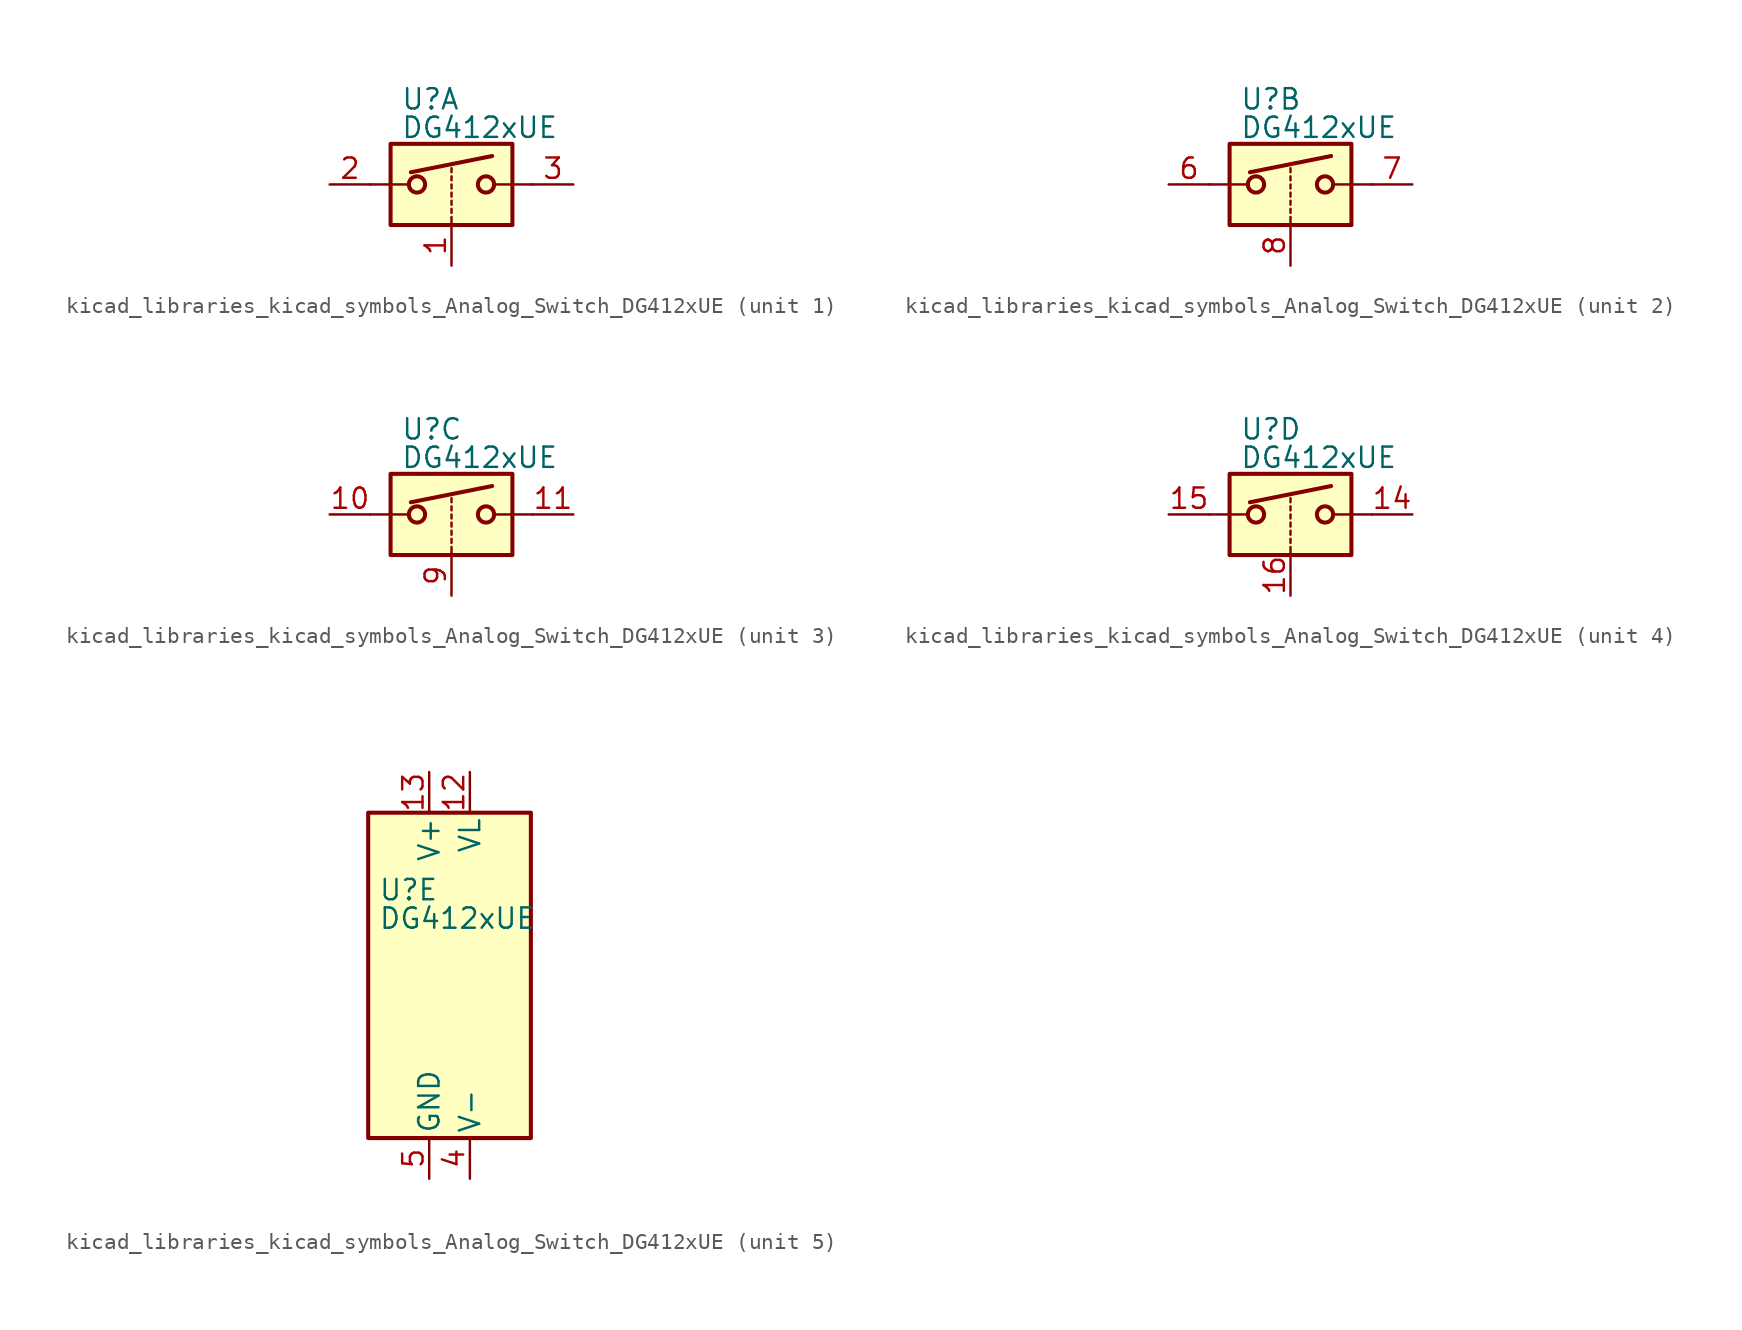
<source format=kicad_sym>
(kicad_symbol_lib
  (version 20220914)
  (generator kicad_symbol_editor)
  (symbol "kicad_libraries_kicad_symbols_Analog_Switch_DG412xUE"
    (pin_names
      (offset 0.254))
    (property "Reference" "U"
      (at -3.175 5.334 0)
      (effects (font (size 1.27 1.27)) (justify left)))
    (property "Value" "DG412xUE"
      (at -3.175 3.556 0)
      (effects (font (size 1.27 1.27)) (justify left)))
    (symbol "kicad_libraries_kicad_symbols_Analog_Switch_DG412xUE_1_1"
      (rectangle (start -3.81 2.54) (end 3.81 -2.54) (stroke (width 0.254) (type default)) (fill (type background)))
      (circle (center -2.159 0) (radius 0.508) (stroke (width 0.254) (type default)) (fill (type none)))
      (polyline (pts (xy -5.08 0) (xy -2.794 0)) (stroke (width 0) (type default)) (fill (type none)))
      (polyline (pts (xy -2.54 0.762) (xy 2.54 1.778)) (stroke (width 0.254) (type default)) (fill (type none)))
      (polyline (pts (xy 0 -2.54) (xy 0 -2.032)) (stroke (width 0) (type default)) (fill (type none)))
      (polyline (pts (xy 0 -1.778) (xy 0 -1.524)) (stroke (width 0) (type default)) (fill (type none)))
      (polyline (pts (xy 0 -1.27) (xy 0 -1.016)) (stroke (width 0) (type default)) (fill (type none)))
      (polyline (pts (xy 0 -0.762) (xy 0 -0.508)) (stroke (width 0) (type default)) (fill (type none)))
      (polyline (pts (xy 0 -0.254) (xy 0 0)) (stroke (width 0) (type default)) (fill (type none)))
      (polyline (pts (xy 0 0.254) (xy 0 0.508)) (stroke (width 0) (type default)) (fill (type none)))
      (polyline (pts (xy 0 0.762) (xy 0 1.016)) (stroke (width 0) (type default)) (fill (type none)))
      (polyline (pts (xy 5.08 0) (xy 2.794 0)) (stroke (width 0) (type default)) (fill (type none)))
      (circle (center 2.159 0) (radius 0.508) (stroke (width 0.254) (type default)) (fill (type none)))
      (pin input line (at 0 -5.08 90) (length 2.54) (name "~" (effects (font (size 1.27 1.27)))) (number "1" (effects (font (size 1.27 1.27)))))
      (pin passive line (at -7.62 0 0) (length 2.54) (name "~" (effects (font (size 1.27 1.27)))) (number "2" (effects (font (size 1.27 1.27)))))
      (pin passive line (at 7.62 0 180) (length 2.54) (name "~" (effects (font (size 1.27 1.27)))) (number "3" (effects (font (size 1.27 1.27))))))
    (symbol "kicad_libraries_kicad_symbols_Analog_Switch_DG412xUE_2_1"
      (rectangle (start -3.81 2.54) (end 3.81 -2.54) (stroke (width 0.254) (type default)) (fill (type background)))
      (circle (center -2.159 0) (radius 0.508) (stroke (width 0.254) (type default)) (fill (type none)))
      (polyline (pts (xy -5.08 0) (xy -2.794 0)) (stroke (width 0) (type default)) (fill (type none)))
      (polyline (pts (xy -2.54 0.762) (xy 2.54 1.778)) (stroke (width 0.254) (type default)) (fill (type none)))
      (polyline (pts (xy 0 -2.54) (xy 0 -2.032)) (stroke (width 0) (type default)) (fill (type none)))
      (polyline (pts (xy 0 -1.778) (xy 0 -1.524)) (stroke (width 0) (type default)) (fill (type none)))
      (polyline (pts (xy 0 -1.27) (xy 0 -1.016)) (stroke (width 0) (type default)) (fill (type none)))
      (polyline (pts (xy 0 -0.762) (xy 0 -0.508)) (stroke (width 0) (type default)) (fill (type none)))
      (polyline (pts (xy 0 -0.254) (xy 0 0)) (stroke (width 0) (type default)) (fill (type none)))
      (polyline (pts (xy 0 0.254) (xy 0 0.508)) (stroke (width 0) (type default)) (fill (type none)))
      (polyline (pts (xy 0 0.762) (xy 0 1.016)) (stroke (width 0) (type default)) (fill (type none)))
      (polyline (pts (xy 5.08 0) (xy 2.794 0)) (stroke (width 0) (type default)) (fill (type none)))
      (circle (center 2.159 0) (radius 0.508) (stroke (width 0.254) (type default)) (fill (type none)))
      (pin passive line (at -7.62 0 0) (length 2.54) (name "~" (effects (font (size 1.27 1.27)))) (number "6" (effects (font (size 1.27 1.27)))))
      (pin passive line (at 7.62 0 180) (length 2.54) (name "~" (effects (font (size 1.27 1.27)))) (number "7" (effects (font (size 1.27 1.27)))))
      (pin input line (at 0 -5.08 90) (length 2.54) (name "~" (effects (font (size 1.27 1.27)))) (number "8" (effects (font (size 1.27 1.27))))))
    (symbol "kicad_libraries_kicad_symbols_Analog_Switch_DG412xUE_3_1"
      (rectangle (start -3.81 2.54) (end 3.81 -2.54) (stroke (width 0.254) (type default)) (fill (type background)))
      (circle (center -2.159 0) (radius 0.508) (stroke (width 0.254) (type default)) (fill (type none)))
      (polyline (pts (xy -5.08 0) (xy -2.794 0)) (stroke (width 0) (type default)) (fill (type none)))
      (polyline (pts (xy -2.54 0.762) (xy 2.54 1.778)) (stroke (width 0.254) (type default)) (fill (type none)))
      (polyline (pts (xy 0 -2.54) (xy 0 -2.032)) (stroke (width 0) (type default)) (fill (type none)))
      (polyline (pts (xy 0 -1.778) (xy 0 -1.524)) (stroke (width 0) (type default)) (fill (type none)))
      (polyline (pts (xy 0 -1.27) (xy 0 -1.016)) (stroke (width 0) (type default)) (fill (type none)))
      (polyline (pts (xy 0 -0.762) (xy 0 -0.508)) (stroke (width 0) (type default)) (fill (type none)))
      (polyline (pts (xy 0 -0.254) (xy 0 0)) (stroke (width 0) (type default)) (fill (type none)))
      (polyline (pts (xy 0 0.254) (xy 0 0.508)) (stroke (width 0) (type default)) (fill (type none)))
      (polyline (pts (xy 0 0.762) (xy 0 1.016)) (stroke (width 0) (type default)) (fill (type none)))
      (polyline (pts (xy 5.08 0) (xy 2.794 0)) (stroke (width 0) (type default)) (fill (type none)))
      (circle (center 2.159 0) (radius 0.508) (stroke (width 0.254) (type default)) (fill (type none)))
      (pin passive line (at -7.62 0 0) (length 2.54) (name "~" (effects (font (size 1.27 1.27)))) (number "10" (effects (font (size 1.27 1.27)))))
      (pin passive line (at 7.62 0 180) (length 2.54) (name "~" (effects (font (size 1.27 1.27)))) (number "11" (effects (font (size 1.27 1.27)))))
      (pin input line (at 0 -5.08 90) (length 2.54) (name "~" (effects (font (size 1.27 1.27)))) (number "9" (effects (font (size 1.27 1.27))))))
    (symbol "kicad_libraries_kicad_symbols_Analog_Switch_DG412xUE_4_1"
      (rectangle (start -3.81 2.54) (end 3.81 -2.54) (stroke (width 0.254) (type default)) (fill (type background)))
      (circle (center -2.159 0) (radius 0.508) (stroke (width 0.254) (type default)) (fill (type none)))
      (polyline (pts (xy -5.08 0) (xy -2.794 0)) (stroke (width 0) (type default)) (fill (type none)))
      (polyline (pts (xy -2.54 0.762) (xy 2.54 1.778)) (stroke (width 0.254) (type default)) (fill (type none)))
      (polyline (pts (xy 0 -2.54) (xy 0 -2.032)) (stroke (width 0) (type default)) (fill (type none)))
      (polyline (pts (xy 0 -1.778) (xy 0 -1.524)) (stroke (width 0) (type default)) (fill (type none)))
      (polyline (pts (xy 0 -1.27) (xy 0 -1.016)) (stroke (width 0) (type default)) (fill (type none)))
      (polyline (pts (xy 0 -0.762) (xy 0 -0.508)) (stroke (width 0) (type default)) (fill (type none)))
      (polyline (pts (xy 0 -0.254) (xy 0 0)) (stroke (width 0) (type default)) (fill (type none)))
      (polyline (pts (xy 0 0.254) (xy 0 0.508)) (stroke (width 0) (type default)) (fill (type none)))
      (polyline (pts (xy 0 0.762) (xy 0 1.016)) (stroke (width 0) (type default)) (fill (type none)))
      (polyline (pts (xy 5.08 0) (xy 2.794 0)) (stroke (width 0) (type default)) (fill (type none)))
      (circle (center 2.159 0) (radius 0.508) (stroke (width 0.254) (type default)) (fill (type none)))
      (pin passive line (at 7.62 0 180) (length 2.54) (name "~" (effects (font (size 1.27 1.27)))) (number "14" (effects (font (size 1.27 1.27)))))
      (pin passive line (at -7.62 0 0) (length 2.54) (name "~" (effects (font (size 1.27 1.27)))) (number "15" (effects (font (size 1.27 1.27)))))
      (pin input line (at 0 -5.08 90) (length 2.54) (name "~" (effects (font (size 1.27 1.27)))) (number "16" (effects (font (size 1.27 1.27))))))
    (symbol "kicad_libraries_kicad_symbols_Analog_Switch_DG412xUE_5_0"
      (pin power_in line (at 2.54 12.7 270) (length 2.54) (name "VL" (effects (font (size 1.27 1.27)))) (number "12" (effects (font (size 1.27 1.27)))))
      (pin power_in line (at 0 12.7 270) (length 2.54) (name "V+" (effects (font (size 1.27 1.27)))) (number "13" (effects (font (size 1.27 1.27)))))
      (pin power_in line (at 2.54 -12.7 90) (length 2.54) (name "V-" (effects (font (size 1.27 1.27)))) (number "4" (effects (font (size 1.27 1.27)))))
      (pin power_in line (at 0 -12.7 90) (length 2.54) (name "GND" (effects (font (size 1.27 1.27)))) (number "5" (effects (font (size 1.27 1.27))))))
    (symbol "kicad_libraries_kicad_symbols_Analog_Switch_DG412xUE_5_1"
      (rectangle (start -3.81 10.16) (end 6.35 -10.16) (stroke (width 0.254) (type default)) (fill (type background))))))
</source>
